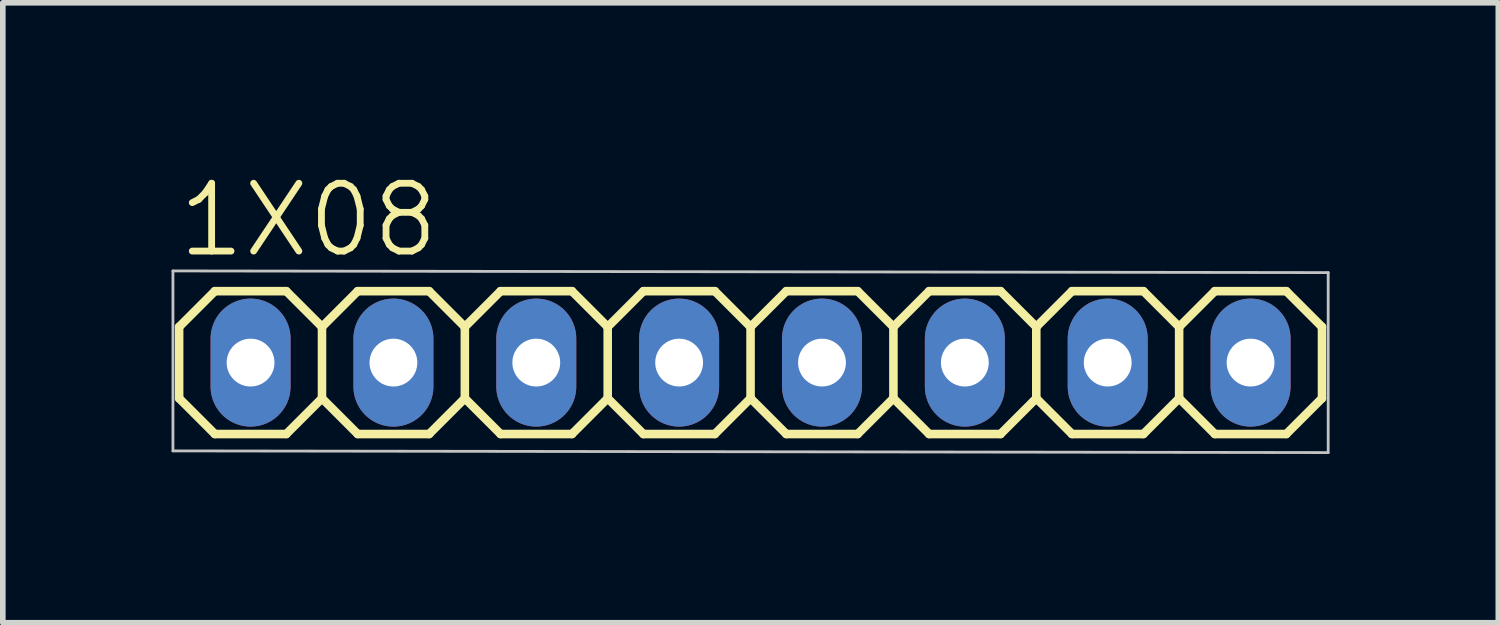
<source format=kicad_pcb>
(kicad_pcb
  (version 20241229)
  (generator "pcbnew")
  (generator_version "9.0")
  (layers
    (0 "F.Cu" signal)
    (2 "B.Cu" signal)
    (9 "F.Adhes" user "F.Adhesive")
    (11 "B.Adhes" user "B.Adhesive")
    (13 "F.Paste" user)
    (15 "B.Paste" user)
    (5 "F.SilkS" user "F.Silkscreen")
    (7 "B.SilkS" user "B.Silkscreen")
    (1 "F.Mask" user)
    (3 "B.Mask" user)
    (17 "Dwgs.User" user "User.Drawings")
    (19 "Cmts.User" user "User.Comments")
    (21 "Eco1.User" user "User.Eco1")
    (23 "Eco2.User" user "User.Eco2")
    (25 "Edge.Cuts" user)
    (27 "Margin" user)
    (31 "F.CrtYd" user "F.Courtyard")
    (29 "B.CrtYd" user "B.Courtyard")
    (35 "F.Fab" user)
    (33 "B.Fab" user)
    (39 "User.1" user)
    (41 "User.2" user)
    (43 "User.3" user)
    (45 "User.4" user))
  (footprint "1X08"
    (layer "F.Cu")
    (at 10.295 3.397)
    (property "Reference" "1X08" (at -10.236 -1.829 0) (layer "F.SilkS") (effects (font (size 1.206 1.206) (thickness 0.121)) (justify left bottom)))
    (attr through_hole)
    (fp_line (start -10.16 -0.635) (end -10.16 0.635) (stroke (width 0.152) (type solid)) (layer "F.SilkS"))
    (fp_line (start -10.16 0.635) (end -9.525 1.27) (stroke (width 0.152) (type solid)) (layer "F.SilkS"))
    (fp_line (start -9.525 -1.27) (end -10.16 -0.635) (stroke (width 0.152) (type solid)) (layer "F.SilkS"))
    (fp_line (start -9.525 -1.27) (end -8.255 -1.27) (stroke (width 0.152) (type solid)) (layer "F.SilkS"))
    (fp_line (start -8.255 -1.27) (end -7.62 -0.635) (stroke (width 0.152) (type solid)) (layer "F.SilkS"))
    (fp_line (start -8.255 1.27) (end -9.525 1.27) (stroke (width 0.152) (type solid)) (layer "F.SilkS"))
    (fp_line (start -7.62 -0.635) (end -7.62 0.635) (stroke (width 0.152) (type solid)) (layer "F.SilkS"))
    (fp_line (start -7.62 -0.635) (end -6.985 -1.27) (stroke (width 0.152) (type solid)) (layer "F.SilkS"))
    (fp_line (start -7.62 0.635) (end -8.255 1.27) (stroke (width 0.152) (type solid)) (layer "F.SilkS"))
    (fp_line (start -6.985 -1.27) (end -5.715 -1.27) (stroke (width 0.152) (type solid)) (layer "F.SilkS"))
    (fp_line (start -6.985 1.27) (end -7.62 0.635) (stroke (width 0.152) (type solid)) (layer "F.SilkS"))
    (fp_line (start -5.715 -1.27) (end -5.08 -0.635) (stroke (width 0.152) (type solid)) (layer "F.SilkS"))
    (fp_line (start -5.715 1.27) (end -6.985 1.27) (stroke (width 0.152) (type solid)) (layer "F.SilkS"))
    (fp_line (start -5.08 -0.635) (end -5.08 0.635) (stroke (width 0.152) (type solid)) (layer "F.SilkS"))
    (fp_line (start -5.08 -0.635) (end -4.445 -1.27) (stroke (width 0.152) (type solid)) (layer "F.SilkS"))
    (fp_line (start -5.08 0.635) (end -5.715 1.27) (stroke (width 0.152) (type solid)) (layer "F.SilkS"))
    (fp_line (start -4.445 -1.27) (end -3.175 -1.27) (stroke (width 0.152) (type solid)) (layer "F.SilkS"))
    (fp_line (start -4.445 1.27) (end -5.08 0.635) (stroke (width 0.152) (type solid)) (layer "F.SilkS"))
    (fp_line (start -3.175 -1.27) (end -2.54 -0.635) (stroke (width 0.152) (type solid)) (layer "F.SilkS"))
    (fp_line (start -3.175 1.27) (end -4.445 1.27) (stroke (width 0.152) (type solid)) (layer "F.SilkS"))
    (fp_line (start -2.54 -0.635) (end -2.54 0.635) (stroke (width 0.152) (type solid)) (layer "F.SilkS"))
    (fp_line (start -2.54 0.635) (end -3.175 1.27) (stroke (width 0.152) (type solid)) (layer "F.SilkS"))
    (fp_line (start -2.54 0.635) (end -1.905 1.27) (stroke (width 0.152) (type solid)) (layer "F.SilkS"))
    (fp_line (start -1.905 -1.27) (end -2.54 -0.635) (stroke (width 0.152) (type solid)) (layer "F.SilkS"))
    (fp_line (start -1.905 -1.27) (end -0.635 -1.27) (stroke (width 0.152) (type solid)) (layer "F.SilkS"))
    (fp_line (start -0.635 -1.27) (end 0 -0.635) (stroke (width 0.152) (type solid)) (layer "F.SilkS"))
    (fp_line (start -0.635 1.27) (end -1.905 1.27) (stroke (width 0.152) (type solid)) (layer "F.SilkS"))
    (fp_line (start 0 -0.635) (end 0 0.635) (stroke (width 0.152) (type solid)) (layer "F.SilkS"))
    (fp_line (start 0 -0.635) (end 0.635 -1.27) (stroke (width 0.152) (type solid)) (layer "F.SilkS"))
    (fp_line (start 0 0.635) (end -0.635 1.27) (stroke (width 0.152) (type solid)) (layer "F.SilkS"))
    (fp_line (start 0.635 -1.27) (end 1.905 -1.27) (stroke (width 0.152) (type solid)) (layer "F.SilkS"))
    (fp_line (start 0.635 1.27) (end 0 0.635) (stroke (width 0.152) (type solid)) (layer "F.SilkS"))
    (fp_line (start 1.905 -1.27) (end 2.54 -0.635) (stroke (width 0.152) (type solid)) (layer "F.SilkS"))
    (fp_line (start 1.905 1.27) (end 0.635 1.27) (stroke (width 0.152) (type solid)) (layer "F.SilkS"))
    (fp_line (start 2.54 -0.635) (end 2.54 0.635) (stroke (width 0.152) (type solid)) (layer "F.SilkS"))
    (fp_line (start 2.54 -0.635) (end 3.175 -1.27) (stroke (width 0.152) (type solid)) (layer "F.SilkS"))
    (fp_line (start 2.54 0.635) (end 1.905 1.27) (stroke (width 0.152) (type solid)) (layer "F.SilkS"))
    (fp_line (start 3.175 -1.27) (end 4.445 -1.27) (stroke (width 0.152) (type solid)) (layer "F.SilkS"))
    (fp_line (start 3.175 1.27) (end 2.54 0.635) (stroke (width 0.152) (type solid)) (layer "F.SilkS"))
    (fp_line (start 4.445 -1.27) (end 5.08 -0.635) (stroke (width 0.152) (type solid)) (layer "F.SilkS"))
    (fp_line (start 4.445 1.27) (end 3.175 1.27) (stroke (width 0.152) (type solid)) (layer "F.SilkS"))
    (fp_line (start 5.08 -0.635) (end 5.08 0.635) (stroke (width 0.152) (type solid)) (layer "F.SilkS"))
    (fp_line (start 5.08 0.635) (end 4.445 1.27) (stroke (width 0.152) (type solid)) (layer "F.SilkS"))
    (fp_line (start 5.08 0.635) (end 5.715 1.27) (stroke (width 0.152) (type solid)) (layer "F.SilkS"))
    (fp_line (start 5.715 -1.27) (end 5.08 -0.635) (stroke (width 0.152) (type solid)) (layer "F.SilkS"))
    (fp_line (start 5.715 -1.27) (end 6.985 -1.27) (stroke (width 0.152) (type solid)) (layer "F.SilkS"))
    (fp_line (start 6.985 -1.27) (end 7.62 -0.635) (stroke (width 0.152) (type solid)) (layer "F.SilkS"))
    (fp_line (start 6.985 1.27) (end 5.715 1.27) (stroke (width 0.152) (type solid)) (layer "F.SilkS"))
    (fp_line (start 7.62 -0.635) (end 7.62 0.635) (stroke (width 0.152) (type solid)) (layer "F.SilkS"))
    (fp_line (start 7.62 0.635) (end 6.985 1.27) (stroke (width 0.152) (type solid)) (layer "F.SilkS"))
    (fp_line (start 7.62 0.635) (end 8.255 1.27) (stroke (width 0.152) (type solid)) (layer "F.SilkS"))
    (fp_line (start 8.255 -1.27) (end 7.62 -0.635) (stroke (width 0.152) (type solid)) (layer "F.SilkS"))
    (fp_line (start 8.255 -1.27) (end 9.525 -1.27) (stroke (width 0.152) (type solid)) (layer "F.SilkS"))
    (fp_line (start 9.525 -1.27) (end 10.16 -0.635) (stroke (width 0.152) (type solid)) (layer "F.SilkS"))
    (fp_line (start 9.525 1.27) (end 8.255 1.27) (stroke (width 0.152) (type solid)) (layer "F.SilkS"))
    (fp_line (start 10.16 -0.635) (end 10.16 0.635) (stroke (width 0.152) (type solid)) (layer "F.SilkS"))
    (fp_line (start 10.16 0.635) (end 9.525 1.27) (stroke (width 0.152) (type solid)) (layer "F.SilkS"))
    (fp_line (start -10.27 -1.63) (end 10.27 -1.6) (stroke (width 0.05) (type solid)) (layer "Dwgs.User"))
    (fp_line (start -10.27 1.57) (end -10.27 -1.63) (stroke (width 0.05) (type solid)) (layer "Dwgs.User"))
    (fp_line (start 10.27 -1.6) (end 10.27 1.6) (stroke (width 0.05) (type solid)) (layer "Dwgs.User"))
    (fp_line (start 10.27 1.6) (end -10.27 1.57) (stroke (width 0.05) (type solid)) (layer "Dwgs.User"))
    (fp_poly (pts (xy -9.144 0.254) (xy -8.636 0.254) (xy -8.636 -0.254) (xy -9.144 -0.254)) (stroke (width 0.1) (type solid)) (fill no) (layer "F.Fab"))
    (fp_poly (pts (xy -6.604 0.254) (xy -6.096 0.254) (xy -6.096 -0.254) (xy -6.604 -0.254)) (stroke (width 0.1) (type solid)) (fill no) (layer "F.Fab"))
    (fp_poly (pts (xy -4.064 0.254) (xy -3.556 0.254) (xy -3.556 -0.254) (xy -4.064 -0.254)) (stroke (width 0.1) (type solid)) (fill no) (layer "F.Fab"))
    (fp_poly (pts (xy -1.524 0.254) (xy -1.016 0.254) (xy -1.016 -0.254) (xy -1.524 -0.254)) (stroke (width 0.1) (type solid)) (fill no) (layer "F.Fab"))
    (fp_poly (pts (xy 1.016 0.254) (xy 1.524 0.254) (xy 1.524 -0.254) (xy 1.016 -0.254)) (stroke (width 0.1) (type solid)) (fill no) (layer "F.Fab"))
    (fp_poly (pts (xy 3.556 0.254) (xy 4.064 0.254) (xy 4.064 -0.254) (xy 3.556 -0.254)) (stroke (width 0.1) (type solid)) (fill no) (layer "F.Fab"))
    (fp_poly (pts (xy 6.096 0.254) (xy 6.604 0.254) (xy 6.604 -0.254) (xy 6.096 -0.254)) (stroke (width 0.1) (type solid)) (fill no) (layer "F.Fab"))
    (fp_poly (pts (xy 8.636 0.254) (xy 9.144 0.254) (xy 9.144 -0.254) (xy 8.636 -0.254)) (stroke (width 0.1) (type solid)) (fill no) (layer "F.Fab"))
    (pad "1" thru_hole oval (at -8.89 0 90) (size 2.276 1.422) (drill 0.85) (layers "*.Cu" "*.Mask"))
    (pad "2" thru_hole oval (at -6.35 0 90) (size 2.276 1.422) (drill 0.85) (layers "*.Cu" "*.Mask"))
    (pad "3" thru_hole oval (at -3.81 0 90) (size 2.276 1.422) (drill 0.85) (layers "*.Cu" "*.Mask"))
    (pad "4" thru_hole oval (at -1.27 0 90) (size 2.276 1.422) (drill 0.85) (layers "*.Cu" "*.Mask"))
    (pad "5" thru_hole oval (at 1.27 0 90) (size 2.276 1.422) (drill 0.85) (layers "*.Cu" "*.Mask"))
    (pad "6" thru_hole oval (at 3.81 0 90) (size 2.276 1.422) (drill 0.85) (layers "*.Cu" "*.Mask"))
    (pad "7" thru_hole oval (at 6.35 0 90) (size 2.276 1.422) (drill 0.85) (layers "*.Cu" "*.Mask"))
    (pad "8" thru_hole oval (at 8.89 0 90) (size 2.276 1.422) (drill 0.85) (layers "*.Cu" "*.Mask")))
  (gr_rect
    (start -3 -3)
    (end 23.59 8.022)
    (stroke (width 0.1) (type default))
    (fill no)
    (layer "Edge.Cuts")))
</source>
